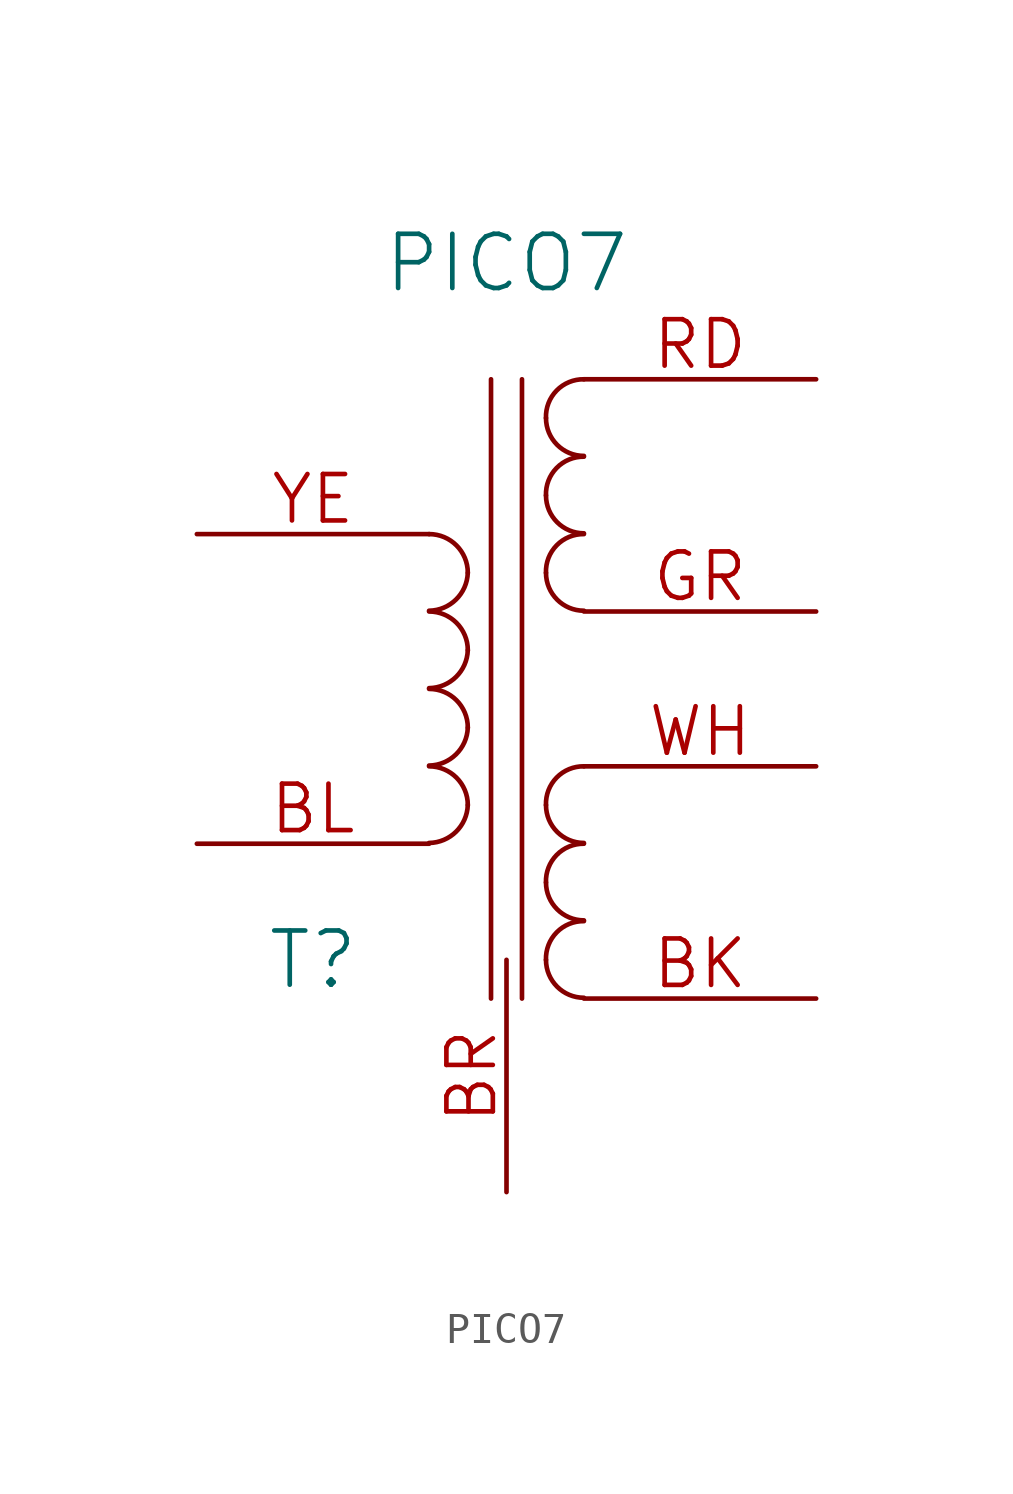
<source format=kicad_sym>
(kicad_symbol_lib
  (version 20220914)
  (generator kicad_symbol_editor)
  (symbol "PICO7"
    (pin_names
      (offset 1.016) hide)
    (property "Reference" "T"
      (at -6.35 -8.89 0)
      (effects (font (size 1.778 1.778))))
    (property "Value" "PICO7"
      (at 0 13.97 0)
      (effects (font (size 1.778 1.778))))
    (symbol "PICO7_0_1"
      (arc (start -2.54 -5.0546) (mid -1.6599 -4.6901) (end -1.27 -3.81) (stroke (width 0) (type solid)) (fill (type none)))
      (arc (start -2.54 -2.5146) (mid -1.6599 -2.1501) (end -1.27 -1.27) (stroke (width 0) (type solid)) (fill (type none)))
      (arc (start -2.54 0.0254) (mid -1.6599 0.3899) (end -1.27 1.27) (stroke (width 0) (type solid)) (fill (type none)))
      (arc (start -2.54 2.5654) (mid -1.6599 2.9299) (end -1.27 3.81) (stroke (width 0) (type solid)) (fill (type none)))
      (arc (start -1.27 -3.81) (mid -1.642 -2.912) (end -2.54 -2.54) (stroke (width 0) (type solid)) (fill (type none)))
      (arc (start -1.27 -1.27) (mid -1.642 -0.372) (end -2.54 0) (stroke (width 0) (type solid)) (fill (type none)))
      (arc (start -1.27 1.27) (mid -1.642 2.168) (end -2.54 2.54) (stroke (width 0) (type solid)) (fill (type none)))
      (arc (start -1.27 3.81) (mid -1.642 4.708) (end -2.54 5.08) (stroke (width 0) (type solid)) (fill (type none)))
      (polyline (pts (xy -0.508 -10.16) (xy -0.508 10.16)) (stroke (width 0) (type solid)) (fill (type none)))
      (polyline (pts (xy 0.508 10.16) (xy 0.508 -10.16)) (stroke (width 0) (type solid)) (fill (type none)))
      (arc (start 1.2954 -8.89) (mid 1.6599 -9.7701) (end 2.54 -10.1346) (stroke (width 0) (type solid)) (fill (type none)))
      (arc (start 1.2954 -6.35) (mid 1.6599 -7.2301) (end 2.54 -7.5946) (stroke (width 0) (type solid)) (fill (type none)))
      (arc (start 1.2954 -3.81) (mid 1.6599 -4.6901) (end 2.54 -5.0546) (stroke (width 0) (type solid)) (fill (type none)))
      (arc (start 1.2954 3.81) (mid 1.6599 2.9299) (end 2.54 2.5654) (stroke (width 0) (type solid)) (fill (type none)))
      (arc (start 1.2954 6.35) (mid 1.6599 5.4699) (end 2.54 5.1054) (stroke (width 0) (type solid)) (fill (type none)))
      (arc (start 1.2954 8.89) (mid 1.6599 8.0099) (end 2.54 7.6454) (stroke (width 0) (type solid)) (fill (type none)))
      (arc (start 2.54 -7.62) (mid 1.642 -7.992) (end 1.2954 -8.89) (stroke (width 0) (type solid)) (fill (type none)))
      (arc (start 2.54 -5.08) (mid 1.642 -5.452) (end 1.2954 -6.35) (stroke (width 0) (type solid)) (fill (type none)))
      (arc (start 2.54 -2.54) (mid 1.642 -2.912) (end 1.2954 -3.81) (stroke (width 0) (type solid)) (fill (type none)))
      (arc (start 2.54 5.08) (mid 1.642 4.708) (end 1.2954 3.81) (stroke (width 0) (type solid)) (fill (type none)))
      (arc (start 2.54 7.62) (mid 1.642 7.248) (end 1.2954 6.35) (stroke (width 0) (type solid)) (fill (type none)))
      (arc (start 2.54 10.16) (mid 1.642 9.788) (end 1.2954 8.89) (stroke (width 0) (type solid)) (fill (type none))))
    (symbol "PICO7_1_1"
      (pin passive line (at 10.16 -10.16 180) (length 7.62) (name "SD" (effects (font (size 1.524 1.524)))) (number "BK" (effects (font (size 1.524 1.524)))))
      (pin passive line (at -10.16 -5.08 0) (length 7.62) (name "AB" (effects (font (size 1.524 1.524)))) (number "BL" (effects (font (size 1.524 1.524)))))
      (pin passive line (at 0 -16.51 90) (length 7.62) (name "~" (effects (font (size 1.524 1.524)))) (number "BR" (effects (font (size 1.524 1.524)))))
      (pin passive line (at 10.16 2.54 180) (length 7.62) (name "SB" (effects (font (size 1.524 1.524)))) (number "GR" (effects (font (size 1.524 1.524)))))
      (pin passive line (at 10.16 10.16 180) (length 7.62) (name "SA" (effects (font (size 1.524 1.524)))) (number "RD" (effects (font (size 1.524 1.524)))))
      (pin passive line (at 10.16 -2.54 180) (length 7.62) (name "SC" (effects (font (size 1.524 1.524)))) (number "WH" (effects (font (size 1.524 1.524)))))
      (pin passive line (at -10.16 5.08 0) (length 7.62) (name "AA" (effects (font (size 1.524 1.524)))) (number "YE" (effects (font (size 1.524 1.524))))))))
</source>
